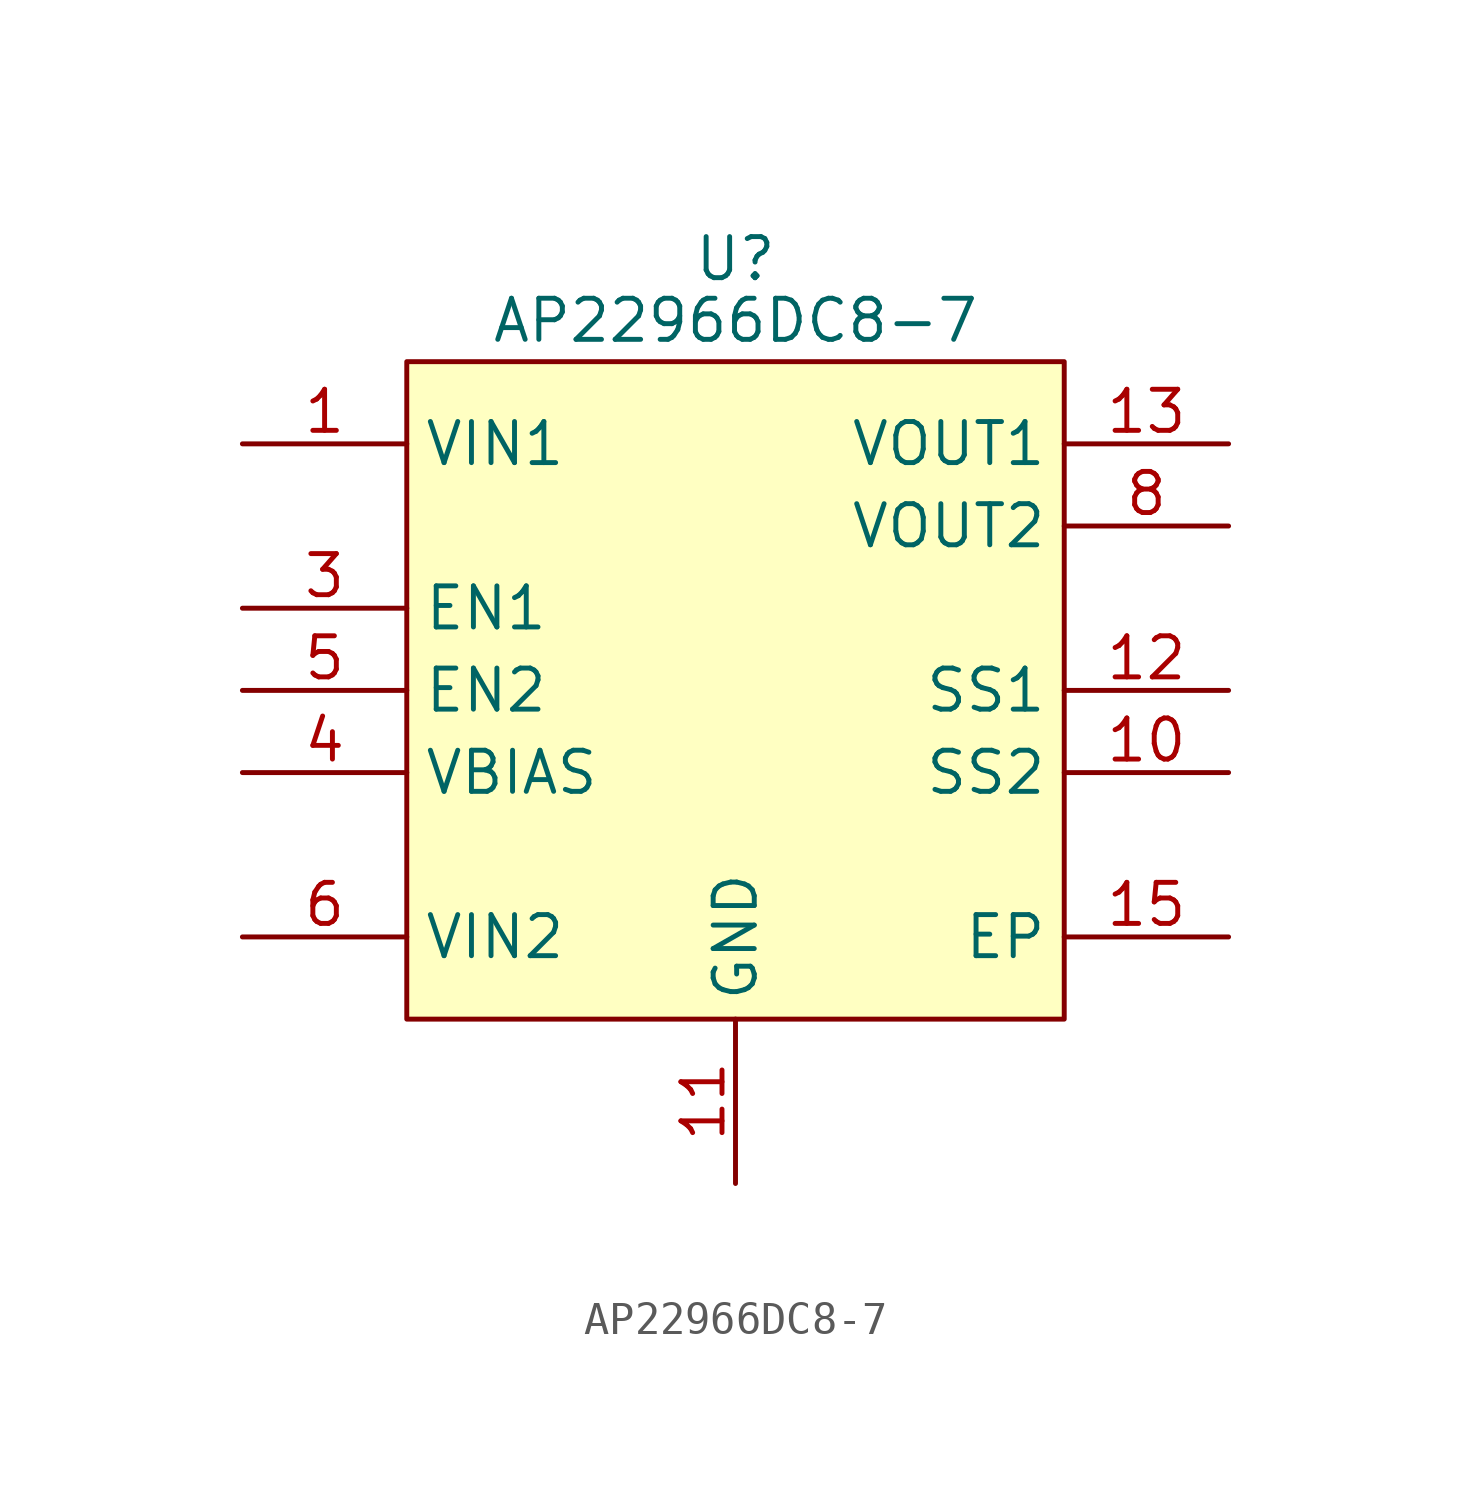
<source format=kicad_sym>
(kicad_symbol_lib
  (version 20211014)
  (generator kicad_symbol_editor)
  (symbol "AP22966DC8-7"
    (property "Reference" "U"
      (at 0 13.335 0)
      (effects (font (size 1.27 1.27))))
    (property "Value" "AP22966DC8-7"
      (at 0 11.43 0)
      (effects (font (size 1.27 1.27))))
    (symbol "AP22966DC8-7_0_1"
      (rectangle (start -10.16 10.16) (end 10.16 -10.16) (stroke (width 0) (type default) (color 0 0 0 0)) (fill (type background))))
    (symbol "AP22966DC8-7_1_1"
      (pin power_in line (at -15.24 7.62 0) (length 5.08) (name "VIN1" (effects (font (size 1.27 1.27)))) (number "1" (effects (font (size 1.27 1.27)))))
      (pin passive line (at 15.24 -2.54 180) (length 5.08) (name "SS2" (effects (font (size 1.27 1.27)))) (number "10" (effects (font (size 1.27 1.27)))))
      (pin power_in line (at 0 -15.24 90) (length 5.08) (name "GND" (effects (font (size 1.27 1.27)))) (number "11" (effects (font (size 1.27 1.27)))))
      (pin passive line (at 15.24 0 180) (length 5.08) (name "SS1" (effects (font (size 1.27 1.27)))) (number "12" (effects (font (size 1.27 1.27)))))
      (pin power_out line (at 15.24 7.62 180) (length 5.08) (name "VOUT1" (effects (font (size 1.27 1.27)))) (number "13" (effects (font (size 1.27 1.27)))))
      (pin passive line (at 15.24 -7.62 180) (length 5.08) (name "EP" (effects (font (size 1.27 1.27)))) (number "15" (effects (font (size 1.27 1.27)))))
      (pin input line (at -15.24 2.54 0) (length 5.08) (name "EN1" (effects (font (size 1.27 1.27)))) (number "3" (effects (font (size 1.27 1.27)))))
      (pin input line (at -15.24 -2.54 0) (length 5.08) (name "VBIAS" (effects (font (size 1.27 1.27)))) (number "4" (effects (font (size 1.27 1.27)))))
      (pin input line (at -15.24 0 0) (length 5.08) (name "EN2" (effects (font (size 1.27 1.27)))) (number "5" (effects (font (size 1.27 1.27)))))
      (pin power_in line (at -15.24 -7.62 0) (length 5.08) (name "VIN2" (effects (font (size 1.27 1.27)))) (number "6" (effects (font (size 1.27 1.27)))))
      (pin power_out line (at 15.24 5.08 180) (length 5.08) (name "VOUT2" (effects (font (size 1.27 1.27)))) (number "8" (effects (font (size 1.27 1.27))))))))
</source>
